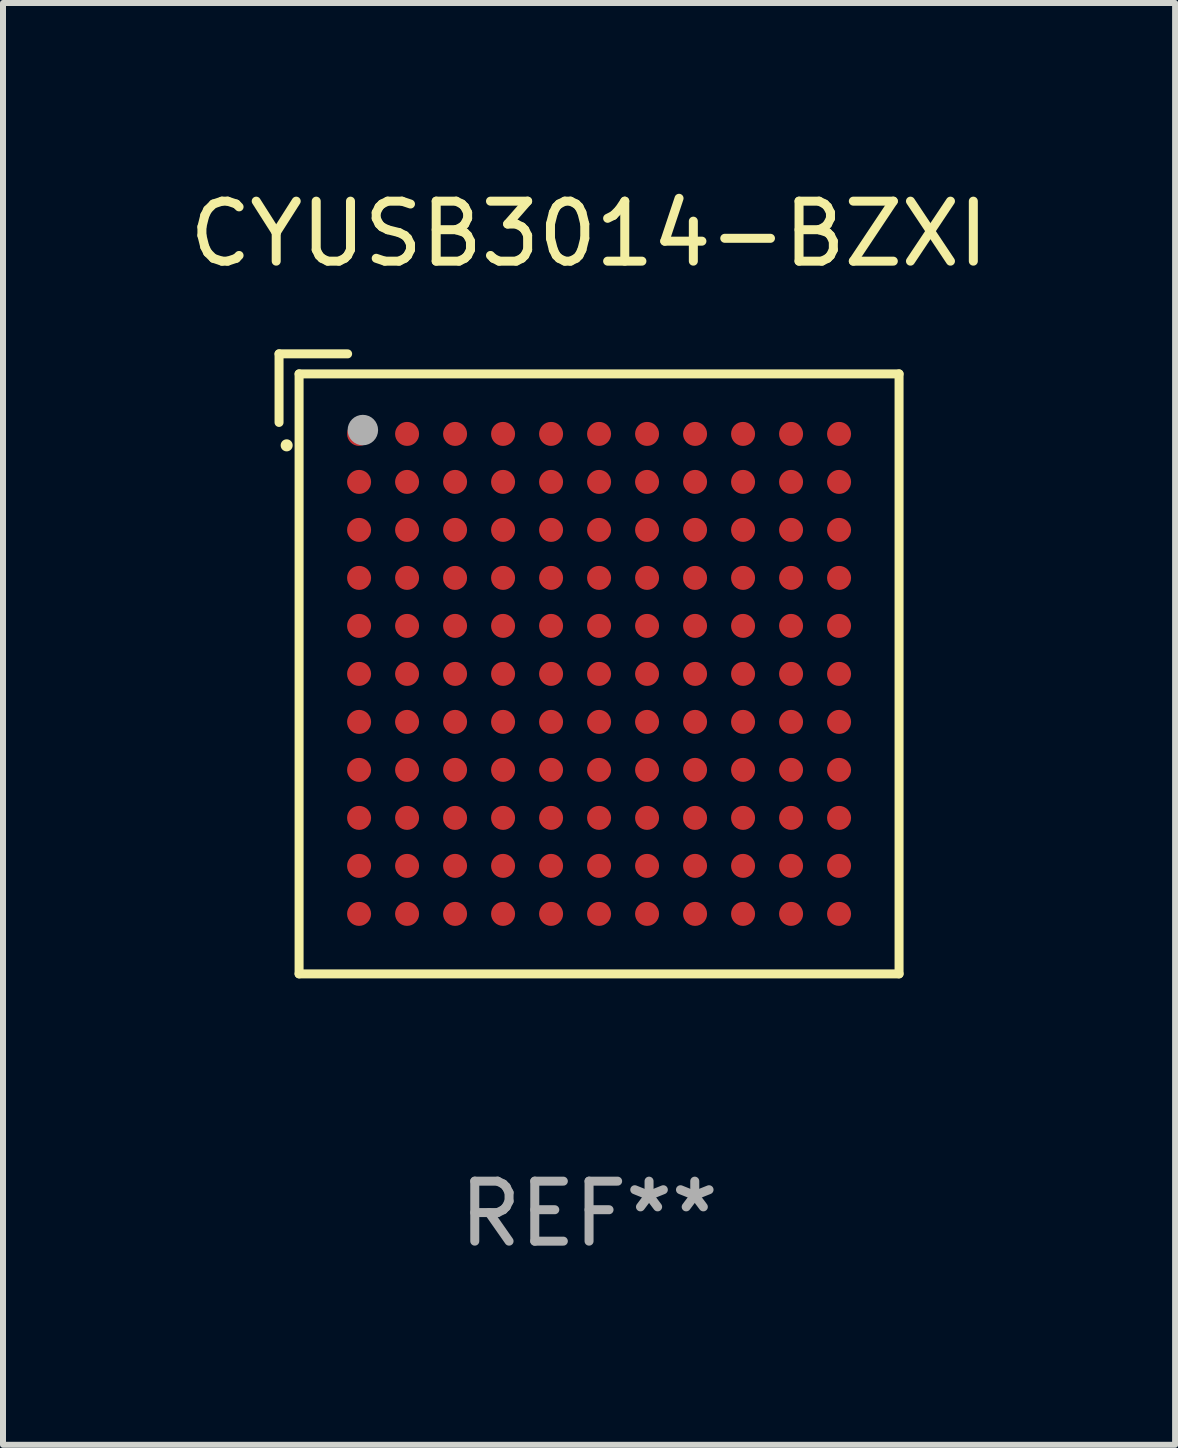
<source format=kicad_pcb>
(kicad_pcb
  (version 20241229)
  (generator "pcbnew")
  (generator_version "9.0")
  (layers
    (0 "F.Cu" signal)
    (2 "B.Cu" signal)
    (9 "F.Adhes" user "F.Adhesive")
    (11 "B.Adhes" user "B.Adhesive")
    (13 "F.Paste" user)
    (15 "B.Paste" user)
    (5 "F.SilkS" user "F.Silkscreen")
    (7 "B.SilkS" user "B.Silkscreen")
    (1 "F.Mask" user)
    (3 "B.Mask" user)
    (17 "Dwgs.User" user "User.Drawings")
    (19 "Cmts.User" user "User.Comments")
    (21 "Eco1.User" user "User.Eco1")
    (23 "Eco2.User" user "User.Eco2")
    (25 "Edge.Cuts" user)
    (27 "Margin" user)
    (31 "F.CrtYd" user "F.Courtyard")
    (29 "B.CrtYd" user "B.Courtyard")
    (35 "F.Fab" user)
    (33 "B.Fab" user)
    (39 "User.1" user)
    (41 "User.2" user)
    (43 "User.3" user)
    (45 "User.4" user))
  (footprint "CYUSB3014-BZXI"
    (layer "F.Cu")
    (at 6.768 8.015)
    (property "Reference" "CYUSB3014-BZXI" (at 0 -7.167 0) (layer "F.SilkS") (effects (font (size 1 1) (thickness 0.15))))
    (attr through_hole)
    (fp_line (start -5.167 -5.167) (end -5.167 -4.024) (stroke (width 0.15) (type solid)) (layer "F.SilkS"))
    (fp_line (start -4.833 -4.833) (end 5.167 -4.833) (stroke (width 0.15) (type solid)) (layer "F.SilkS"))
    (fp_line (start -4.833 5.167) (end -4.833 -4.833) (stroke (width 0.15) (type solid)) (layer "F.SilkS"))
    (fp_line (start -4.024 -5.167) (end -5.167 -5.167) (stroke (width 0.15) (type solid)) (layer "F.SilkS"))
    (fp_line (start 5.167 -4.833) (end 5.167 5.167) (stroke (width 0.15) (type solid)) (layer "F.SilkS"))
    (fp_line (start 5.167 5.167) (end -4.833 5.167) (stroke (width 0.15) (type solid)) (layer "F.SilkS"))
    (fp_arc (start -5.040005 -3.641732) (mid -5.040007 -3.642367) (end -5.040005 -3.643002) (stroke (width 0.2) (type solid)) (layer "F.SilkS"))
    (fp_circle (center -4.833 -4.833) (end -4.803 -4.833) (stroke (width 0.06) (type solid)) (fill no) (layer "F.SilkS"))
    (fp_circle (center -3.77 -3.897) (end -3.643 -3.897) (stroke (width 0.254) (type solid)) (fill no) (layer "F.Fab"))
    (fp_text user "REF**" (at 0 9.167 0) (layer "F.Fab") (effects (font (size 1 1) (thickness 0.15))))
    (pad "A1" smd circle (at -3.833 -3.833) (size 0.4 0.4) (layers "F.Cu" "F.Mask" "F.Paste"))
    (pad "A2" smd circle (at -3.033 -3.833) (size 0.4 0.4) (layers "F.Cu" "F.Mask" "F.Paste"))
    (pad "A3" smd circle (at -2.233 -3.833) (size 0.4 0.4) (layers "F.Cu" "F.Mask" "F.Paste"))
    (pad "A4" smd circle (at -1.433 -3.833) (size 0.4 0.4) (layers "F.Cu" "F.Mask" "F.Paste"))
    (pad "A5" smd circle (at -0.633 -3.833) (size 0.4 0.4) (layers "F.Cu" "F.Mask" "F.Paste"))
    (pad "A6" smd circle (at 0.167 -3.833) (size 0.4 0.4) (layers "F.Cu" "F.Mask" "F.Paste"))
    (pad "A7" smd circle (at 0.967 -3.833) (size 0.4 0.4) (layers "F.Cu" "F.Mask" "F.Paste"))
    (pad "A8" smd circle (at 1.767 -3.833) (size 0.4 0.4) (layers "F.Cu" "F.Mask" "F.Paste"))
    (pad "A9" smd circle (at 2.567 -3.833) (size 0.4 0.4) (layers "F.Cu" "F.Mask" "F.Paste"))
    (pad "A10" smd circle (at 3.367 -3.833) (size 0.4 0.4) (layers "F.Cu" "F.Mask" "F.Paste"))
    (pad "A11" smd circle (at 4.167 -3.833) (size 0.4 0.4) (layers "F.Cu" "F.Mask" "F.Paste"))
    (pad "B1" smd circle (at -3.833 -3.033) (size 0.4 0.4) (layers "F.Cu" "F.Mask" "F.Paste"))
    (pad "B2" smd circle (at -3.033 -3.033) (size 0.4 0.4) (layers "F.Cu" "F.Mask" "F.Paste"))
    (pad "B3" smd circle (at -2.233 -3.033) (size 0.4 0.4) (layers "F.Cu" "F.Mask" "F.Paste"))
    (pad "B4" smd circle (at -1.433 -3.033) (size 0.4 0.4) (layers "F.Cu" "F.Mask" "F.Paste"))
    (pad "B5" smd circle (at -0.633 -3.033) (size 0.4 0.4) (layers "F.Cu" "F.Mask" "F.Paste"))
    (pad "B6" smd circle (at 0.167 -3.033) (size 0.4 0.4) (layers "F.Cu" "F.Mask" "F.Paste"))
    (pad "B7" smd circle (at 0.967 -3.033) (size 0.4 0.4) (layers "F.Cu" "F.Mask" "F.Paste"))
    (pad "B8" smd circle (at 1.767 -3.033) (size 0.4 0.4) (layers "F.Cu" "F.Mask" "F.Paste"))
    (pad "B9" smd circle (at 2.567 -3.033) (size 0.4 0.4) (layers "F.Cu" "F.Mask" "F.Paste"))
    (pad "B10" smd circle (at 3.367 -3.033) (size 0.4 0.4) (layers "F.Cu" "F.Mask" "F.Paste"))
    (pad "B11" smd circle (at 4.167 -3.033) (size 0.4 0.4) (layers "F.Cu" "F.Mask" "F.Paste"))
    (pad "C1" smd circle (at -3.833 -2.233) (size 0.4 0.4) (layers "F.Cu" "F.Mask" "F.Paste"))
    (pad "C2" smd circle (at -3.033 -2.233) (size 0.4 0.4) (layers "F.Cu" "F.Mask" "F.Paste"))
    (pad "C3" smd circle (at -2.233 -2.233) (size 0.4 0.4) (layers "F.Cu" "F.Mask" "F.Paste"))
    (pad "C4" smd circle (at -1.433 -2.233) (size 0.4 0.4) (layers "F.Cu" "F.Mask" "F.Paste"))
    (pad "C5" smd circle (at -0.633 -2.233) (size 0.4 0.4) (layers "F.Cu" "F.Mask" "F.Paste"))
    (pad "C6" smd circle (at 0.167 -2.233) (size 0.4 0.4) (layers "F.Cu" "F.Mask" "F.Paste"))
    (pad "C7" smd circle (at 0.967 -2.233) (size 0.4 0.4) (layers "F.Cu" "F.Mask" "F.Paste"))
    (pad "C8" smd circle (at 1.767 -2.233) (size 0.4 0.4) (layers "F.Cu" "F.Mask" "F.Paste"))
    (pad "C9" smd circle (at 2.567 -2.233) (size 0.4 0.4) (layers "F.Cu" "F.Mask" "F.Paste"))
    (pad "C10" smd circle (at 3.367 -2.233) (size 0.4 0.4) (layers "F.Cu" "F.Mask" "F.Paste"))
    (pad "C11" smd circle (at 4.167 -2.233) (size 0.4 0.4) (layers "F.Cu" "F.Mask" "F.Paste"))
    (pad "D1" smd circle (at -3.833 -1.433) (size 0.4 0.4) (layers "F.Cu" "F.Mask" "F.Paste"))
    (pad "D2" smd circle (at -3.033 -1.433) (size 0.4 0.4) (layers "F.Cu" "F.Mask" "F.Paste"))
    (pad "D3" smd circle (at -2.233 -1.433) (size 0.4 0.4) (layers "F.Cu" "F.Mask" "F.Paste"))
    (pad "D4" smd circle (at -1.433 -1.433) (size 0.4 0.4) (layers "F.Cu" "F.Mask" "F.Paste"))
    (pad "D5" smd circle (at -0.633 -1.433) (size 0.4 0.4) (layers "F.Cu" "F.Mask" "F.Paste"))
    (pad "D6" smd circle (at 0.167 -1.433) (size 0.4 0.4) (layers "F.Cu" "F.Mask" "F.Paste"))
    (pad "D7" smd circle (at 0.967 -1.433) (size 0.4 0.4) (layers "F.Cu" "F.Mask" "F.Paste"))
    (pad "D8" smd circle (at 1.767 -1.433) (size 0.4 0.4) (layers "F.Cu" "F.Mask" "F.Paste"))
    (pad "D9" smd circle (at 2.567 -1.433) (size 0.4 0.4) (layers "F.Cu" "F.Mask" "F.Paste"))
    (pad "D10" smd circle (at 3.367 -1.433) (size 0.4 0.4) (layers "F.Cu" "F.Mask" "F.Paste"))
    (pad "D11" smd circle (at 4.167 -1.433) (size 0.4 0.4) (layers "F.Cu" "F.Mask" "F.Paste"))
    (pad "E1" smd circle (at -3.833 -0.633) (size 0.4 0.4) (layers "F.Cu" "F.Mask" "F.Paste"))
    (pad "E2" smd circle (at -3.033 -0.633) (size 0.4 0.4) (layers "F.Cu" "F.Mask" "F.Paste"))
    (pad "E3" smd circle (at -2.233 -0.633) (size 0.4 0.4) (layers "F.Cu" "F.Mask" "F.Paste"))
    (pad "E4" smd circle (at -1.433 -0.633) (size 0.4 0.4) (layers "F.Cu" "F.Mask" "F.Paste"))
    (pad "E5" smd circle (at -0.633 -0.633) (size 0.4 0.4) (layers "F.Cu" "F.Mask" "F.Paste"))
    (pad "E6" smd circle (at 0.167 -0.633) (size 0.4 0.4) (layers "F.Cu" "F.Mask" "F.Paste"))
    (pad "E7" smd circle (at 0.967 -0.633) (size 0.4 0.4) (layers "F.Cu" "F.Mask" "F.Paste"))
    (pad "E8" smd circle (at 1.767 -0.633) (size 0.4 0.4) (layers "F.Cu" "F.Mask" "F.Paste"))
    (pad "E9" smd circle (at 2.567 -0.633) (size 0.4 0.4) (layers "F.Cu" "F.Mask" "F.Paste"))
    (pad "E10" smd circle (at 3.367 -0.633) (size 0.4 0.4) (layers "F.Cu" "F.Mask" "F.Paste"))
    (pad "E11" smd circle (at 4.167 -0.633) (size 0.4 0.4) (layers "F.Cu" "F.Mask" "F.Paste"))
    (pad "F1" smd circle (at -3.833 0.167) (size 0.4 0.4) (layers "F.Cu" "F.Mask" "F.Paste"))
    (pad "F2" smd circle (at -3.033 0.167) (size 0.4 0.4) (layers "F.Cu" "F.Mask" "F.Paste"))
    (pad "F3" smd circle (at -2.233 0.167) (size 0.4 0.4) (layers "F.Cu" "F.Mask" "F.Paste"))
    (pad "F4" smd circle (at -1.433 0.167) (size 0.4 0.4) (layers "F.Cu" "F.Mask" "F.Paste"))
    (pad "F5" smd circle (at -0.633 0.167) (size 0.4 0.4) (layers "F.Cu" "F.Mask" "F.Paste"))
    (pad "F6" smd circle (at 0.167 0.167) (size 0.4 0.4) (layers "F.Cu" "F.Mask" "F.Paste"))
    (pad "F7" smd circle (at 0.967 0.167) (size 0.4 0.4) (layers "F.Cu" "F.Mask" "F.Paste"))
    (pad "F8" smd circle (at 1.767 0.167) (size 0.4 0.4) (layers "F.Cu" "F.Mask" "F.Paste"))
    (pad "F9" smd circle (at 2.567 0.167) (size 0.4 0.4) (layers "F.Cu" "F.Mask" "F.Paste"))
    (pad "F10" smd circle (at 3.367 0.167) (size 0.4 0.4) (layers "F.Cu" "F.Mask" "F.Paste"))
    (pad "F11" smd circle (at 4.167 0.167) (size 0.4 0.4) (layers "F.Cu" "F.Mask" "F.Paste"))
    (pad "G1" smd circle (at -3.833 0.967) (size 0.4 0.4) (layers "F.Cu" "F.Mask" "F.Paste"))
    (pad "G2" smd circle (at -3.033 0.967) (size 0.4 0.4) (layers "F.Cu" "F.Mask" "F.Paste"))
    (pad "G3" smd circle (at -2.233 0.967) (size 0.4 0.4) (layers "F.Cu" "F.Mask" "F.Paste"))
    (pad "G4" smd circle (at -1.433 0.967) (size 0.4 0.4) (layers "F.Cu" "F.Mask" "F.Paste"))
    (pad "G5" smd circle (at -0.633 0.967) (size 0.4 0.4) (layers "F.Cu" "F.Mask" "F.Paste"))
    (pad "G6" smd circle (at 0.167 0.967) (size 0.4 0.4) (layers "F.Cu" "F.Mask" "F.Paste"))
    (pad "G7" smd circle (at 0.967 0.967) (size 0.4 0.4) (layers "F.Cu" "F.Mask" "F.Paste"))
    (pad "G8" smd circle (at 1.767 0.967) (size 0.4 0.4) (layers "F.Cu" "F.Mask" "F.Paste"))
    (pad "G9" smd circle (at 2.567 0.967) (size 0.4 0.4) (layers "F.Cu" "F.Mask" "F.Paste"))
    (pad "G10" smd circle (at 3.367 0.967) (size 0.4 0.4) (layers "F.Cu" "F.Mask" "F.Paste"))
    (pad "G11" smd circle (at 4.167 0.967) (size 0.4 0.4) (layers "F.Cu" "F.Mask" "F.Paste"))
    (pad "H1" smd circle (at -3.833 1.767) (size 0.4 0.4) (layers "F.Cu" "F.Mask" "F.Paste"))
    (pad "H2" smd circle (at -3.033 1.767) (size 0.4 0.4) (layers "F.Cu" "F.Mask" "F.Paste"))
    (pad "H3" smd circle (at -2.233 1.767) (size 0.4 0.4) (layers "F.Cu" "F.Mask" "F.Paste"))
    (pad "H4" smd circle (at -1.433 1.767) (size 0.4 0.4) (layers "F.Cu" "F.Mask" "F.Paste"))
    (pad "H5" smd circle (at -0.633 1.767) (size 0.4 0.4) (layers "F.Cu" "F.Mask" "F.Paste"))
    (pad "H6" smd circle (at 0.167 1.767) (size 0.4 0.4) (layers "F.Cu" "F.Mask" "F.Paste"))
    (pad "H7" smd circle (at 0.967 1.767) (size 0.4 0.4) (layers "F.Cu" "F.Mask" "F.Paste"))
    (pad "H8" smd circle (at 1.767 1.767) (size 0.4 0.4) (layers "F.Cu" "F.Mask" "F.Paste"))
    (pad "H9" smd circle (at 2.567 1.767) (size 0.4 0.4) (layers "F.Cu" "F.Mask" "F.Paste"))
    (pad "H10" smd circle (at 3.367 1.767) (size 0.4 0.4) (layers "F.Cu" "F.Mask" "F.Paste"))
    (pad "H11" smd circle (at 4.167 1.767) (size 0.4 0.4) (layers "F.Cu" "F.Mask" "F.Paste"))
    (pad "J1" smd circle (at -3.833 2.567) (size 0.4 0.4) (layers "F.Cu" "F.Mask" "F.Paste"))
    (pad "J2" smd circle (at -3.033 2.567) (size 0.4 0.4) (layers "F.Cu" "F.Mask" "F.Paste"))
    (pad "J3" smd circle (at -2.233 2.567) (size 0.4 0.4) (layers "F.Cu" "F.Mask" "F.Paste"))
    (pad "J4" smd circle (at -1.433 2.567) (size 0.4 0.4) (layers "F.Cu" "F.Mask" "F.Paste"))
    (pad "J5" smd circle (at -0.633 2.567) (size 0.4 0.4) (layers "F.Cu" "F.Mask" "F.Paste"))
    (pad "J6" smd circle (at 0.167 2.567) (size 0.4 0.4) (layers "F.Cu" "F.Mask" "F.Paste"))
    (pad "J7" smd circle (at 0.967 2.567) (size 0.4 0.4) (layers "F.Cu" "F.Mask" "F.Paste"))
    (pad "J8" smd circle (at 1.767 2.567) (size 0.4 0.4) (layers "F.Cu" "F.Mask" "F.Paste"))
    (pad "J9" smd circle (at 2.567 2.567) (size 0.4 0.4) (layers "F.Cu" "F.Mask" "F.Paste"))
    (pad "J10" smd circle (at 3.367 2.567) (size 0.4 0.4) (layers "F.Cu" "F.Mask" "F.Paste"))
    (pad "J11" smd circle (at 4.167 2.567) (size 0.4 0.4) (layers "F.Cu" "F.Mask" "F.Paste"))
    (pad "K1" smd circle (at -3.833 3.367) (size 0.4 0.4) (layers "F.Cu" "F.Mask" "F.Paste"))
    (pad "K2" smd circle (at -3.033 3.367) (size 0.4 0.4) (layers "F.Cu" "F.Mask" "F.Paste"))
    (pad "K3" smd circle (at -2.233 3.367) (size 0.4 0.4) (layers "F.Cu" "F.Mask" "F.Paste"))
    (pad "K4" smd circle (at -1.433 3.367) (size 0.4 0.4) (layers "F.Cu" "F.Mask" "F.Paste"))
    (pad "K5" smd circle (at -0.633 3.367) (size 0.4 0.4) (layers "F.Cu" "F.Mask" "F.Paste"))
    (pad "K6" smd circle (at 0.167 3.367) (size 0.4 0.4) (layers "F.Cu" "F.Mask" "F.Paste"))
    (pad "K7" smd circle (at 0.967 3.367) (size 0.4 0.4) (layers "F.Cu" "F.Mask" "F.Paste"))
    (pad "K8" smd circle (at 1.767 3.367) (size 0.4 0.4) (layers "F.Cu" "F.Mask" "F.Paste"))
    (pad "K9" smd circle (at 2.567 3.367) (size 0.4 0.4) (layers "F.Cu" "F.Mask" "F.Paste"))
    (pad "K10" smd circle (at 3.367 3.367) (size 0.4 0.4) (layers "F.Cu" "F.Mask" "F.Paste"))
    (pad "K11" smd circle (at 4.167 3.367) (size 0.4 0.4) (layers "F.Cu" "F.Mask" "F.Paste"))
    (pad "L1" smd circle (at -3.833 4.167) (size 0.4 0.4) (layers "F.Cu" "F.Mask" "F.Paste"))
    (pad "L2" smd circle (at -3.033 4.167) (size 0.4 0.4) (layers "F.Cu" "F.Mask" "F.Paste"))
    (pad "L3" smd circle (at -2.233 4.167) (size 0.4 0.4) (layers "F.Cu" "F.Mask" "F.Paste"))
    (pad "L4" smd circle (at -1.433 4.167) (size 0.4 0.4) (layers "F.Cu" "F.Mask" "F.Paste"))
    (pad "L5" smd circle (at -0.633 4.167) (size 0.4 0.4) (layers "F.Cu" "F.Mask" "F.Paste"))
    (pad "L6" smd circle (at 0.167 4.167) (size 0.4 0.4) (layers "F.Cu" "F.Mask" "F.Paste"))
    (pad "L7" smd circle (at 0.967 4.167) (size 0.4 0.4) (layers "F.Cu" "F.Mask" "F.Paste"))
    (pad "L8" smd circle (at 1.767 4.167) (size 0.4 0.4) (layers "F.Cu" "F.Mask" "F.Paste"))
    (pad "L9" smd circle (at 2.567 4.167) (size 0.4 0.4) (layers "F.Cu" "F.Mask" "F.Paste"))
    (pad "L10" smd circle (at 3.367 4.167) (size 0.4 0.4) (layers "F.Cu" "F.Mask" "F.Paste"))
    (pad "L11" smd circle (at 4.167 4.167) (size 0.4 0.4) (layers "F.Cu" "F.Mask" "F.Paste")))
  (gr_rect
    (start -3 -3)
    (end 16.536 21.031)
    (stroke (width 0.1) (type default))
    (fill no)
    (layer "Edge.Cuts")))
</source>
